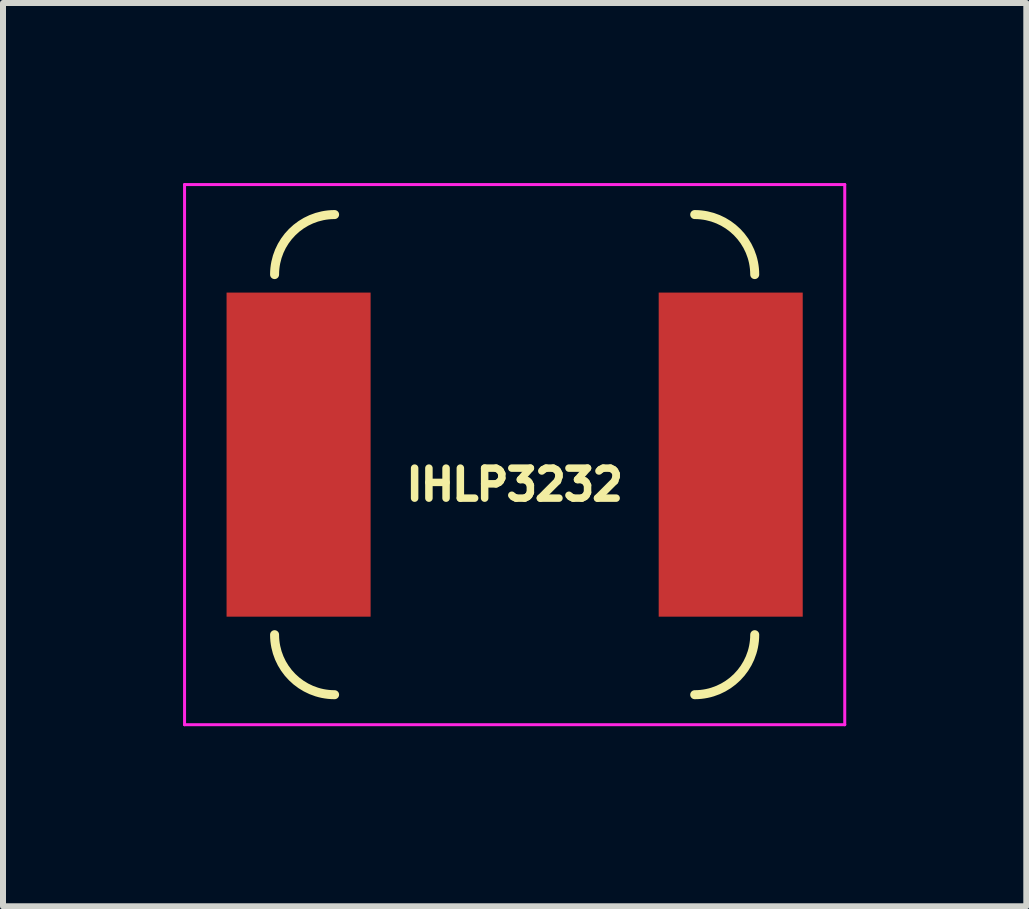
<source format=kicad_pcb>
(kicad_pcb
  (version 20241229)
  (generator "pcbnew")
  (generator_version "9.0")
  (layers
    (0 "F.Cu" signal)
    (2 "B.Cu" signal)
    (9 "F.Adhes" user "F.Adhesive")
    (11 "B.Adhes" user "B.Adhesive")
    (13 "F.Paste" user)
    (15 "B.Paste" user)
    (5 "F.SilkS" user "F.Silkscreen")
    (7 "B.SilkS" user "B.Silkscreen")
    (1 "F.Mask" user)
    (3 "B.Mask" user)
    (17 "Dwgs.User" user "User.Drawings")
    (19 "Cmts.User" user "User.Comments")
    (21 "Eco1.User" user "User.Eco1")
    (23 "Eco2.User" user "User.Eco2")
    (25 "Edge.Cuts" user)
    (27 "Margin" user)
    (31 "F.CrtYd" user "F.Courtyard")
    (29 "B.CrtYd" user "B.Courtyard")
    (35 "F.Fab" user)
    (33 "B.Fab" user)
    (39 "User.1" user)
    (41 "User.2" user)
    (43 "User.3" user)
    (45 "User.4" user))
  (footprint "IHLP3232"
    (layer "F.Cu")
    (at 5.525 4.525)
    (property "Reference" "IHLP3232" (at 0 0.5 0) (layer "F.SilkS") (effects (font (size 0.5 0.5) (thickness 0.125))))
    (attr through_hole)
    (fp_arc (start -4 -3) (mid -3.707107 -3.707107) (end -3 -4) (stroke (width 0.15) (type solid)) (layer "F.SilkS"))
    (fp_arc (start -3 4) (mid -3.707107 3.707107) (end -4 3) (stroke (width 0.15) (type solid)) (layer "F.SilkS"))
    (fp_arc (start 3 -4) (mid 3.707107 -3.707107) (end 4 -3) (stroke (width 0.15) (type solid)) (layer "F.SilkS"))
    (fp_arc (start 4 3) (mid 3.707107 3.707107) (end 3 4) (stroke (width 0.15) (type solid)) (layer "F.SilkS"))
    (fp_line (start -5.5 -4.5) (end 5.5 -4.5) (stroke (width 0.05) (type solid)) (layer "F.CrtYd"))
    (fp_line (start -5.5 4.5) (end -5.5 -4.5) (stroke (width 0.05) (type solid)) (layer "F.CrtYd"))
    (fp_line (start -5.5 4.5) (end 5.5 4.5) (stroke (width 0.05) (type solid)) (layer "F.CrtYd"))
    (fp_line (start 5.5 -4.5) (end 5.5 4.5) (stroke (width 0.05) (type solid)) (layer "F.CrtYd"))
    (pad "1" smd rect (at -3.6 0) (size 2.4 5.4) (layers "F.Cu" "F.Mask" "F.Paste"))
    (pad "2" smd rect (at 3.6 0) (size 2.4 5.4) (layers "F.Cu" "F.Mask" "F.Paste")))
  (gr_rect
    (start -3 -3)
    (end 14.05 12.05)
    (stroke (width 0.1) (type default))
    (fill no)
    (layer "Edge.Cuts")))
</source>
